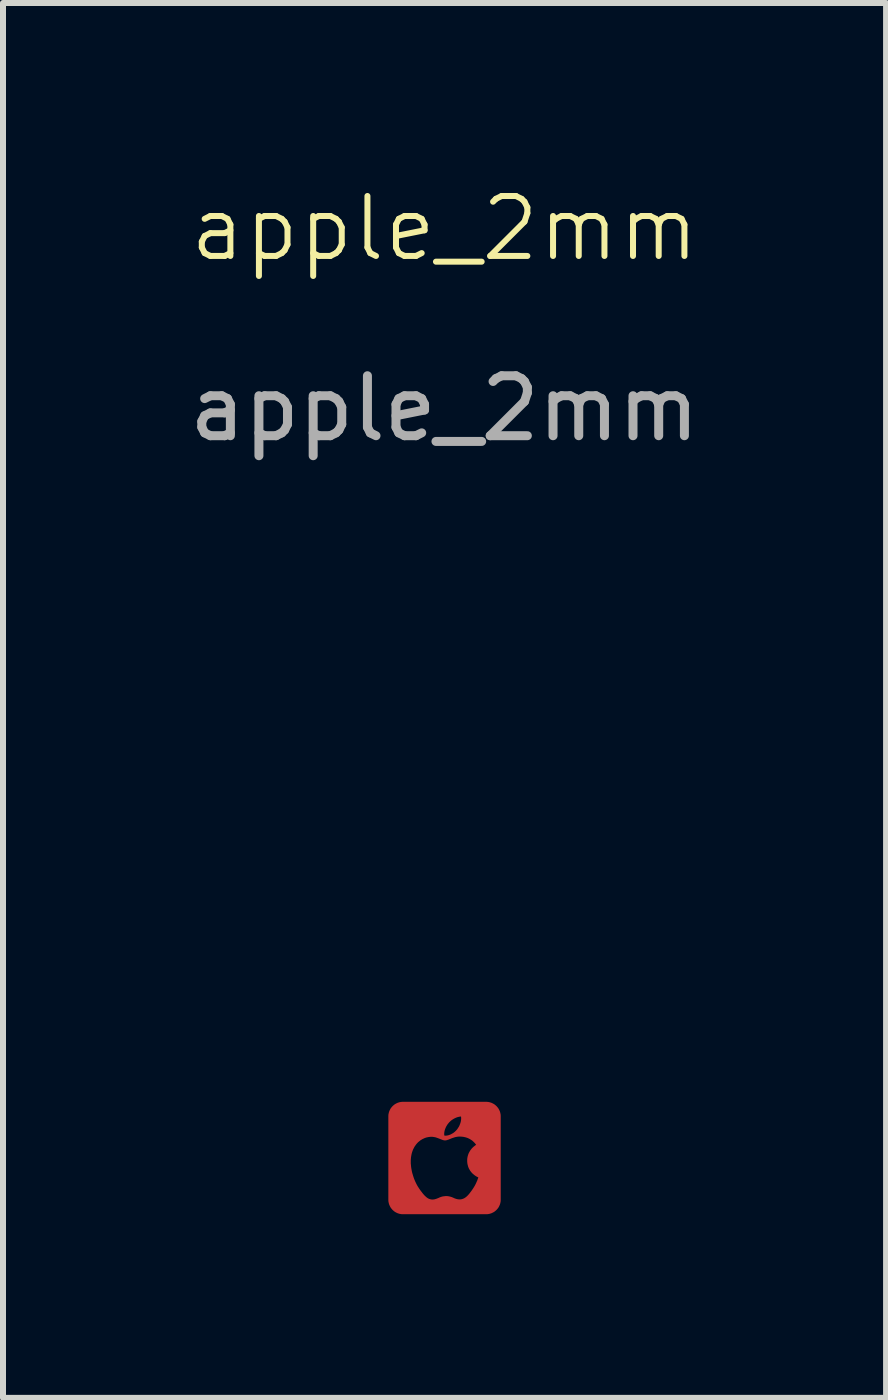
<source format=kicad_pcb>
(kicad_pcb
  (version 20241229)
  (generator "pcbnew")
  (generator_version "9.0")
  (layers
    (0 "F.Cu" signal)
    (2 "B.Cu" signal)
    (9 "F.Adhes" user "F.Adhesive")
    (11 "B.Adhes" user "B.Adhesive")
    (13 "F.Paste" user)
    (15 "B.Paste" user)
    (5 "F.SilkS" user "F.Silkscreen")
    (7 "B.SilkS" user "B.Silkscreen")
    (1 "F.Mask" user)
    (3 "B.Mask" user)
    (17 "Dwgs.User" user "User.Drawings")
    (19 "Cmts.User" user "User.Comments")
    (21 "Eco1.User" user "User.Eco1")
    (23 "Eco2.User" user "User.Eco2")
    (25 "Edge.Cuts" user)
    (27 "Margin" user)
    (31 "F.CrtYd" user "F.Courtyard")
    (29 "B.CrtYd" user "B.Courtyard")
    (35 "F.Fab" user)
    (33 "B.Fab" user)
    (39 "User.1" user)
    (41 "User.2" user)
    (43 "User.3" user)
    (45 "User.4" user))
  (footprint "apple_2mm"
    (layer "F.Cu")
    (at 4.363 16.261)
    (property "Reference" "apple_2mm" (at 0 -15.5 0) (unlocked yes) (layer "F.SilkS") (effects (font (size 1 1) (thickness 0.1))))
    (attr smd)
    (fp_poly (pts (xy 0.705 -0.937) (xy 0.717 -0.936) (xy 0.73 -0.935) (xy 0.742 -0.932) (xy 0.754 -0.93) (xy 0.765 -0.926) (xy 0.777 -0.923) (xy 0.788 -0.918) (xy 0.799 -0.913) (xy 0.809 -0.908) (xy 0.82 -0.902) (xy 0.83 -0.896) (xy 0.839 -0.889) (xy 0.848 -0.882) (xy 0.857 -0.874) (xy 0.866 -0.866) (xy 0.874 -0.857) (xy 0.882 -0.848) (xy 0.889 -0.839) (xy 0.896 -0.83) (xy 0.902 -0.82) (xy 0.908 -0.809) (xy 0.913 -0.799) (xy 0.918 -0.788) (xy 0.923 -0.777) (xy 0.926 -0.765) (xy 0.93 -0.754) (xy 0.932 -0.742) (xy 0.935 -0.73) (xy 0.936 -0.717) (xy 0.937 -0.705) (xy 0.937 -0.692) (xy 0.937 0.692) (xy 0.937 0.705) (xy 0.936 0.717) (xy 0.935 0.73) (xy 0.932 0.742) (xy 0.93 0.754) (xy 0.926 0.765) (xy 0.923 0.777) (xy 0.918 0.788) (xy 0.913 0.799) (xy 0.908 0.809) (xy 0.902 0.82) (xy 0.896 0.83) (xy 0.889 0.839) (xy 0.882 0.848) (xy 0.874 0.857) (xy 0.866 0.866) (xy 0.857 0.874) (xy 0.848 0.882) (xy 0.839 0.889) (xy 0.83 0.896) (xy 0.82 0.902) (xy 0.809 0.908) (xy 0.799 0.913) (xy 0.788 0.918) (xy 0.777 0.923) (xy 0.765 0.926) (xy 0.754 0.93) (xy 0.742 0.932) (xy 0.73 0.935) (xy 0.717 0.936) (xy 0.705 0.937) (xy 0.692 0.937) (xy -0.692 0.937) (xy -0.705 0.937) (xy -0.717 0.936) (xy -0.73 0.935) (xy -0.742 0.932) (xy -0.754 0.93) (xy -0.765 0.926) (xy -0.777 0.923) (xy -0.788 0.918) (xy -0.799 0.913) (xy -0.809 0.908) (xy -0.82 0.902) (xy -0.83 0.896) (xy -0.839 0.889) (xy -0.848 0.882) (xy -0.857 0.874) (xy -0.866 0.866) (xy -0.874 0.857) (xy -0.882 0.848) (xy -0.889 0.839) (xy -0.896 0.83) (xy -0.902 0.82) (xy -0.908 0.809) (xy -0.913 0.799) (xy -0.918 0.788) (xy -0.923 0.777) (xy -0.926 0.765) (xy -0.93 0.754) (xy -0.932 0.742) (xy -0.935 0.73) (xy -0.936 0.717) (xy -0.937 0.705) (xy -0.937 0.692) (xy -0.937 0.058) (xy -0.563 0.058) (xy -0.563 0.089) (xy -0.56 0.121) (xy -0.557 0.153) (xy -0.552 0.184) (xy -0.546 0.216) (xy -0.539 0.247) (xy -0.53 0.277) (xy -0.521 0.307) (xy -0.511 0.337) (xy -0.5 0.365) (xy -0.488 0.393) (xy -0.475 0.42) (xy -0.462 0.446) (xy -0.448 0.471) (xy -0.433 0.494) (xy -0.419 0.516) (xy -0.393 0.552) (xy -0.38 0.568) (xy -0.368 0.585) (xy -0.355 0.6) (xy -0.343 0.614) (xy -0.33 0.628) (xy -0.317 0.64) (xy -0.304 0.652) (xy -0.298 0.657) (xy -0.291 0.662) (xy -0.285 0.666) (xy -0.278 0.671) (xy -0.271 0.675) (xy -0.264 0.678) (xy -0.257 0.681) (xy -0.249 0.684) (xy -0.242 0.686) (xy -0.235 0.688) (xy -0.227 0.69) (xy -0.219 0.691) (xy -0.212 0.692) (xy -0.204 0.692) (xy -0.196 0.692) (xy -0.188 0.691) (xy -0.181 0.691) (xy -0.173 0.69) (xy -0.16 0.687) (xy -0.146 0.683) (xy -0.134 0.679) (xy -0.121 0.674) (xy -0.096 0.664) (xy -0.084 0.658) (xy -0.071 0.653) (xy -0.057 0.648) (xy -0.043 0.644) (xy -0.027 0.64) (xy -0.011 0.638) (xy -0.002 0.637) (xy 0.007 0.636) (xy 0.016 0.635) (xy 0.026 0.635) (xy 0.036 0.635) (xy 0.045 0.636) (xy 0.054 0.636) (xy 0.063 0.637) (xy 0.071 0.639) (xy 0.079 0.64) (xy 0.087 0.642) (xy 0.094 0.644) (xy 0.108 0.648) (xy 0.121 0.652) (xy 0.133 0.657) (xy 0.145 0.662) (xy 0.169 0.673) (xy 0.181 0.677) (xy 0.193 0.681) (xy 0.207 0.685) (xy 0.214 0.686) (xy 0.221 0.688) (xy 0.228 0.689) (xy 0.236 0.689) (xy 0.245 0.69) (xy 0.253 0.69) (xy 0.262 0.69) (xy 0.27 0.689) (xy 0.279 0.688) (xy 0.287 0.686) (xy 0.295 0.684) (xy 0.303 0.681) (xy 0.311 0.679) (xy 0.318 0.675) (xy 0.326 0.672) (xy 0.333 0.668) (xy 0.34 0.663) (xy 0.347 0.659) (xy 0.361 0.648) (xy 0.374 0.637) (xy 0.387 0.624) (xy 0.399 0.611) (xy 0.411 0.597) (xy 0.423 0.582) (xy 0.434 0.567) (xy 0.446 0.552) (xy 0.468 0.52) (xy 0.48 0.502) (xy 0.491 0.484) (xy 0.502 0.466) (xy 0.511 0.449) (xy 0.52 0.432) (xy 0.527 0.416) (xy 0.534 0.401) (xy 0.54 0.387) (xy 0.546 0.374) (xy 0.55 0.362) (xy 0.557 0.342) (xy 0.562 0.329) (xy 0.563 0.323) (xy 0.554 0.319) (xy 0.532 0.308) (xy 0.518 0.299) (xy 0.502 0.288) (xy 0.486 0.275) (xy 0.468 0.26) (xy 0.451 0.242) (xy 0.443 0.232) (xy 0.435 0.222) (xy 0.427 0.211) (xy 0.42 0.199) (xy 0.413 0.187) (xy 0.406 0.174) (xy 0.4 0.16) (xy 0.394 0.145) (xy 0.39 0.13) (xy 0.386 0.114) (xy 0.382 0.098) (xy 0.38 0.08) (xy 0.378 0.062) (xy 0.378 0.043) (xy 0.378 0.027) (xy 0.379 0.011) (xy 0.381 -0.004) (xy 0.384 -0.019) (xy 0.387 -0.033) (xy 0.391 -0.046) (xy 0.395 -0.059) (xy 0.4 -0.072) (xy 0.405 -0.084) (xy 0.411 -0.095) (xy 0.417 -0.106) (xy 0.423 -0.116) (xy 0.429 -0.126) (xy 0.436 -0.136) (xy 0.443 -0.144) (xy 0.449 -0.153) (xy 0.456 -0.16) (xy 0.463 -0.168) (xy 0.476 -0.181) (xy 0.489 -0.192) (xy 0.5 -0.201) (xy 0.51 -0.209) (xy 0.518 -0.214) (xy 0.527 -0.22) (xy 0.518 -0.232) (xy 0.509 -0.244) (xy 0.5 -0.254) (xy 0.49 -0.264) (xy 0.48 -0.274) (xy 0.471 -0.282) (xy 0.461 -0.291) (xy 0.45 -0.298) (xy 0.44 -0.305) (xy 0.43 -0.311) (xy 0.42 -0.317) (xy 0.41 -0.322) (xy 0.4 -0.327) (xy 0.39 -0.332) (xy 0.37 -0.339) (xy 0.351 -0.345) (xy 0.332 -0.349) (xy 0.315 -0.353) (xy 0.299 -0.355) (xy 0.285 -0.356) (xy 0.272 -0.357) (xy 0.253 -0.358) (xy 0.243 -0.357) (xy 0.233 -0.357) (xy 0.224 -0.356) (xy 0.215 -0.355) (xy 0.196 -0.352) (xy 0.178 -0.348) (xy 0.161 -0.343) (xy 0.144 -0.337) (xy 0.128 -0.332) (xy 0.112 -0.326) (xy 0.083 -0.314) (xy 0.069 -0.308) (xy 0.055 -0.304) (xy 0.043 -0.299) (xy 0.031 -0.296) (xy 0.019 -0.294) (xy 0.014 -0.294) (xy 0.009 -0.294) (xy -0.002 -0.294) (xy -0.014 -0.296) (xy -0.025 -0.299) (xy -0.038 -0.303) (xy -0.05 -0.308) (xy -0.063 -0.313) (xy -0.091 -0.324) (xy -0.12 -0.335) (xy -0.135 -0.34) (xy -0.15 -0.345) (xy -0.166 -0.348) (xy -0.182 -0.351) (xy -0.199 -0.353) (xy -0.207 -0.354) (xy -0.216 -0.354) (xy -0.232 -0.354) (xy -0.248 -0.352) (xy -0.264 -0.35) (xy -0.28 -0.347) (xy -0.296 -0.344) (xy -0.312 -0.339) (xy -0.328 -0.334) (xy -0.343 -0.327) (xy -0.358 -0.32) (xy -0.373 -0.313) (xy -0.387 -0.304) (xy -0.402 -0.295) (xy -0.415 -0.284) (xy -0.429 -0.273) (xy -0.442 -0.262) (xy -0.454 -0.249) (xy -0.466 -0.236) (xy -0.478 -0.221) (xy -0.488 -0.206) (xy -0.499 -0.191) (xy -0.508 -0.174) (xy -0.517 -0.157) (xy -0.526 -0.139) (xy -0.533 -0.12) (xy -0.54 -0.1) (xy -0.546 -0.08) (xy -0.551 -0.059) (xy -0.555 -0.037) (xy -0.559 -0.014) (xy -0.561 0.009) (xy -0.563 0.033) (xy -0.563 0.058) (xy -0.937 0.058) (xy -0.937 -0.399) (xy -0.006 -0.399) (xy -0.006 -0.397) (xy -0.006 -0.395) (xy -0.005 -0.393) (xy -0.005 -0.391) (xy -0.005 -0.39) (xy -0.005 -0.388) (xy -0.004 -0.384) (xy -0.004 -0.381) (xy -0.003 -0.378) (xy -0.003 -0.376) (xy -0.003 -0.374) (xy -0.001 -0.374) (xy 0.001 -0.374) (xy 0.003 -0.373) (xy 0.006 -0.373) (xy 0.008 -0.373) (xy 0.011 -0.373) (xy 0.013 -0.373) (xy 0.016 -0.373) (xy 0.028 -0.373) (xy 0.04 -0.375) (xy 0.053 -0.377) (xy 0.065 -0.38) (xy 0.078 -0.384) (xy 0.091 -0.389) (xy 0.104 -0.394) (xy 0.116 -0.401) (xy 0.129 -0.408) (xy 0.141 -0.415) (xy 0.153 -0.423) (xy 0.164 -0.432) (xy 0.175 -0.441) (xy 0.185 -0.451) (xy 0.195 -0.461) (xy 0.204 -0.471) (xy 0.212 -0.481) (xy 0.219 -0.491) (xy 0.226 -0.502) (xy 0.233 -0.513) (xy 0.24 -0.524) (xy 0.246 -0.536) (xy 0.251 -0.548) (xy 0.256 -0.56) (xy 0.261 -0.573) (xy 0.265 -0.585) (xy 0.269 -0.598) (xy 0.272 -0.611) (xy 0.274 -0.624) (xy 0.276 -0.638) (xy 0.277 -0.651) (xy 0.277 -0.664) (xy 0.277 -0.668) (xy 0.277 -0.671) (xy 0.277 -0.675) (xy 0.276 -0.679) (xy 0.276 -0.682) (xy 0.276 -0.686) (xy 0.275 -0.689) (xy 0.274 -0.692) (xy 0.274 -0.692) (xy 0.261 -0.691) (xy 0.248 -0.689) (xy 0.234 -0.686) (xy 0.22 -0.683) (xy 0.206 -0.678) (xy 0.193 -0.673) (xy 0.179 -0.667) (xy 0.165 -0.66) (xy 0.152 -0.653) (xy 0.139 -0.645) (xy 0.126 -0.637) (xy 0.114 -0.628) (xy 0.102 -0.618) (xy 0.091 -0.608) (xy 0.081 -0.598) (xy 0.071 -0.587) (xy 0.064 -0.578) (xy 0.056 -0.569) (xy 0.049 -0.559) (xy 0.042 -0.549) (xy 0.036 -0.538) (xy 0.029 -0.527) (xy 0.023 -0.515) (xy 0.018 -0.503) (xy 0.013 -0.491) (xy 0.008 -0.479) (xy 0.004 -0.466) (xy 0.001 -0.453) (xy -0.002 -0.44) (xy -0.004 -0.426) (xy -0.005 -0.413) (xy -0.006 -0.399) (xy -0.937 -0.399) (xy -0.937 -0.692) (xy -0.937 -0.705) (xy -0.936 -0.717) (xy -0.935 -0.73) (xy -0.932 -0.742) (xy -0.93 -0.754) (xy -0.926 -0.765) (xy -0.923 -0.777) (xy -0.918 -0.788) (xy -0.913 -0.799) (xy -0.908 -0.809) (xy -0.902 -0.82) (xy -0.896 -0.83) (xy -0.889 -0.839) (xy -0.882 -0.848) (xy -0.874 -0.857) (xy -0.866 -0.866) (xy -0.857 -0.874) (xy -0.848 -0.882) (xy -0.839 -0.889) (xy -0.83 -0.896) (xy -0.82 -0.902) (xy -0.809 -0.908) (xy -0.799 -0.913) (xy -0.788 -0.918) (xy -0.777 -0.923) (xy -0.765 -0.926) (xy -0.754 -0.93) (xy -0.742 -0.932) (xy -0.73 -0.935) (xy -0.717 -0.936) (xy -0.705 -0.937) (xy -0.692 -0.937) (xy 0.692 -0.937)) (stroke (width -0.000001) (type solid)) (fill yes) (layer "F.Cu"))
    (fp_poly (pts (xy 0.277 -0.693) (xy 0.278 -0.691) (xy 0.278 -0.688) (xy 0.279 -0.686) (xy 0.279 -0.684) (xy 0.279 -0.681) (xy 0.279 -0.679) (xy 0.28 -0.677) (xy 0.28 -0.668) (xy 0.28 -0.66) (xy 0.28 -0.651) (xy 0.279 -0.643) (xy 0.278 -0.635) (xy 0.277 -0.626) (xy 0.276 -0.618) (xy 0.274 -0.61) (xy 0.273 -0.602) (xy 0.271 -0.594) (xy 0.269 -0.586) (xy 0.266 -0.579) (xy 0.264 -0.571) (xy 0.261 -0.564) (xy 0.258 -0.556) (xy 0.255 -0.549) (xy 0.252 -0.542) (xy 0.248 -0.535) (xy 0.245 -0.527) (xy 0.241 -0.52) (xy 0.237 -0.514) (xy 0.233 -0.507) (xy 0.229 -0.5) (xy 0.224 -0.493) (xy 0.221 -0.488) (xy 0.217 -0.483) (xy 0.213 -0.478) (xy 0.209 -0.473) (xy 0.205 -0.468) (xy 0.2 -0.463) (xy 0.196 -0.458) (xy 0.191 -0.453) (xy 0.187 -0.449) (xy 0.183 -0.445) (xy 0.179 -0.441) (xy 0.175 -0.437) (xy 0.17 -0.433) (xy 0.166 -0.43) (xy 0.162 -0.426) (xy 0.157 -0.423) (xy 0.152 -0.419) (xy 0.148 -0.416) (xy 0.143 -0.413) (xy 0.138 -0.41) (xy 0.133 -0.407) (xy 0.128 -0.404) (xy 0.123 -0.401) (xy 0.118 -0.398) (xy 0.11 -0.394) (xy 0.101 -0.39) (xy 0.093 -0.386) (xy 0.084 -0.383) (xy 0.075 -0.38) (xy 0.066 -0.377) (xy 0.062 -0.376) (xy 0.057 -0.375) (xy 0.053 -0.374) (xy 0.048 -0.373) (xy 0.041 -0.372) (xy 0.035 -0.371) (xy 0.028 -0.37) (xy 0.025 -0.37) (xy 0.021 -0.37) (xy 0.018 -0.369) (xy 0.015 -0.369) (xy 0.011 -0.37) (xy 0.008 -0.37) (xy 0.005 -0.37) (xy 0.001 -0.371) (xy -0.002 -0.371) (xy -0.005 -0.372) (xy -0.006 -0.376) (xy -0.007 -0.38) (xy -0.008 -0.384) (xy -0.008 -0.388) (xy -0.008 -0.392) (xy -0.009 -0.396) (xy -0.009 -0.4) (xy -0.009 -0.404) (xy -0.008 -0.41) (xy -0.008 -0.416) (xy -0.007 -0.422) (xy -0.007 -0.428) (xy -0.006 -0.435) (xy -0.005 -0.441) (xy -0.004 -0.447) (xy -0.002 -0.453) (xy -0.001 -0.459) (xy 0.001 -0.465) (xy 0.002 -0.47) (xy 0.004 -0.476) (xy 0.006 -0.482) (xy 0.008 -0.488) (xy 0.013 -0.499) (xy 0.016 -0.507) (xy 0.02 -0.515) (xy 0.023 -0.522) (xy 0.027 -0.53) (xy 0.031 -0.537) (xy 0.036 -0.544) (xy 0.04 -0.551) (xy 0.045 -0.558) (xy 0.049 -0.565) (xy 0.054 -0.572) (xy 0.059 -0.578) (xy 0.065 -0.585) (xy 0.07 -0.591) (xy 0.076 -0.597) (xy 0.082 -0.603) (xy 0.088 -0.609) (xy 0.093 -0.614) (xy 0.098 -0.619) (xy 0.104 -0.623) (xy 0.109 -0.628) (xy 0.115 -0.632) (xy 0.121 -0.637) (xy 0.127 -0.641) (xy 0.133 -0.645) (xy 0.139 -0.649) (xy 0.145 -0.652) (xy 0.151 -0.656) (xy 0.157 -0.66) (xy 0.164 -0.663) (xy 0.17 -0.666) (xy 0.177 -0.669) (xy 0.183 -0.672) (xy 0.194 -0.677) (xy 0.206 -0.681) (xy 0.211 -0.683) (xy 0.217 -0.685) (xy 0.223 -0.687) (xy 0.229 -0.688) (xy 0.235 -0.69) (xy 0.24 -0.691) (xy 0.246 -0.692) (xy 0.252 -0.693) (xy 0.258 -0.694) (xy 0.264 -0.694) (xy 0.27 -0.695) (xy 0.276 -0.695) (xy 0.277 -0.695)) (stroke (width -0.000001) (type solid)) (fill yes) (layer "F.Mask"))
    (fp_poly (pts (xy 0.708 -1) (xy 0.723 -0.998) (xy 0.739 -0.996) (xy 0.754 -0.994) (xy 0.769 -0.99) (xy 0.783 -0.986) (xy 0.798 -0.981) (xy 0.812 -0.976) (xy 0.825 -0.97) (xy 0.839 -0.963) (xy 0.852 -0.955) (xy 0.864 -0.947) (xy 0.876 -0.939) (xy 0.888 -0.93) (xy 0.899 -0.92) (xy 0.91 -0.91) (xy 0.92 -0.899) (xy 0.93 -0.888) (xy 0.939 -0.876) (xy 0.947 -0.864) (xy 0.955 -0.852) (xy 0.963 -0.839) (xy 0.97 -0.825) (xy 0.976 -0.812) (xy 0.981 -0.798) (xy 0.986 -0.783) (xy 0.99 -0.769) (xy 0.994 -0.754) (xy 0.996 -0.739) (xy 0.998 -0.723) (xy 1 -0.708) (xy 1 -0.692) (xy 1 0.692) (xy 1 0.708) (xy 0.998 0.723) (xy 0.996 0.739) (xy 0.994 0.754) (xy 0.99 0.769) (xy 0.986 0.783) (xy 0.981 0.798) (xy 0.976 0.812) (xy 0.97 0.825) (xy 0.963 0.839) (xy 0.955 0.852) (xy 0.947 0.864) (xy 0.939 0.876) (xy 0.93 0.888) (xy 0.92 0.899) (xy 0.91 0.91) (xy 0.899 0.92) (xy 0.888 0.93) (xy 0.876 0.939) (xy 0.864 0.947) (xy 0.852 0.955) (xy 0.839 0.963) (xy 0.825 0.97) (xy 0.812 0.976) (xy 0.798 0.981) (xy 0.783 0.986) (xy 0.769 0.99) (xy 0.754 0.994) (xy 0.739 0.996) (xy 0.723 0.998) (xy 0.708 1) (xy 0.692 1) (xy -0.692 1) (xy -0.708 1) (xy -0.723 0.998) (xy -0.739 0.996) (xy -0.754 0.994) (xy -0.769 0.99) (xy -0.783 0.986) (xy -0.798 0.981) (xy -0.812 0.976) (xy -0.825 0.97) (xy -0.839 0.963) (xy -0.852 0.955) (xy -0.864 0.947) (xy -0.876 0.939) (xy -0.888 0.93) (xy -0.899 0.92) (xy -0.91 0.91) (xy -0.92 0.899) (xy -0.93 0.888) (xy -0.939 0.876) (xy -0.947 0.864) (xy -0.955 0.852) (xy -0.963 0.839) (xy -0.97 0.825) (xy -0.976 0.812) (xy -0.981 0.798) (xy -0.986 0.783) (xy -0.99 0.769) (xy -0.994 0.754) (xy -0.996 0.739) (xy -0.998 0.723) (xy -1 0.708) (xy -1 0.692) (xy -1 -0.692) (xy -0.937 -0.692) (xy -0.937 0.692) (xy -0.937 0.705) (xy -0.936 0.717) (xy -0.934 0.729) (xy -0.932 0.742) (xy -0.93 0.754) (xy -0.926 0.765) (xy -0.922 0.777) (xy -0.918 0.788) (xy -0.913 0.799) (xy -0.908 0.809) (xy -0.902 0.82) (xy -0.896 0.829) (xy -0.889 0.839) (xy -0.882 0.848) (xy -0.874 0.857) (xy -0.866 0.866) (xy -0.857 0.874) (xy -0.848 0.882) (xy -0.839 0.889) (xy -0.829 0.896) (xy -0.82 0.902) (xy -0.809 0.908) (xy -0.799 0.913) (xy -0.788 0.918) (xy -0.777 0.922) (xy -0.765 0.926) (xy -0.754 0.93) (xy -0.742 0.932) (xy -0.729 0.934) (xy -0.717 0.936) (xy -0.705 0.937) (xy -0.692 0.937) (xy 0.692 0.937) (xy 0.705 0.937) (xy 0.717 0.936) (xy 0.729 0.934) (xy 0.742 0.932) (xy 0.754 0.93) (xy 0.765 0.926) (xy 0.777 0.922) (xy 0.788 0.918) (xy 0.799 0.913) (xy 0.809 0.908) (xy 0.82 0.902) (xy 0.829 0.896) (xy 0.839 0.889) (xy 0.848 0.882) (xy 0.857 0.874) (xy 0.866 0.866) (xy 0.874 0.857) (xy 0.882 0.848) (xy 0.889 0.839) (xy 0.896 0.829) (xy 0.902 0.82) (xy 0.908 0.809) (xy 0.913 0.799) (xy 0.918 0.788) (xy 0.922 0.777) (xy 0.926 0.765) (xy 0.93 0.754) (xy 0.932 0.742) (xy 0.934 0.729) (xy 0.936 0.717) (xy 0.937 0.705) (xy 0.937 0.692) (xy 0.937 -0.692) (xy 0.937 -0.705) (xy 0.936 -0.717) (xy 0.934 -0.729) (xy 0.932 -0.742) (xy 0.93 -0.754) (xy 0.926 -0.765) (xy 0.922 -0.777) (xy 0.918 -0.788) (xy 0.913 -0.799) (xy 0.908 -0.809) (xy 0.902 -0.82) (xy 0.896 -0.829) (xy 0.889 -0.839) (xy 0.882 -0.848) (xy 0.874 -0.857) (xy 0.866 -0.866) (xy 0.857 -0.874) (xy 0.848 -0.882) (xy 0.839 -0.889) (xy 0.829 -0.896) (xy 0.82 -0.902) (xy 0.809 -0.908) (xy 0.799 -0.913) (xy 0.788 -0.918) (xy 0.777 -0.922) (xy 0.765 -0.926) (xy 0.754 -0.93) (xy 0.742 -0.932) (xy 0.729 -0.934) (xy 0.717 -0.936) (xy 0.705 -0.937) (xy 0.692 -0.937) (xy -0.692 -0.937) (xy -0.705 -0.937) (xy -0.717 -0.936) (xy -0.729 -0.934) (xy -0.742 -0.932) (xy -0.754 -0.93) (xy -0.765 -0.926) (xy -0.777 -0.922) (xy -0.788 -0.918) (xy -0.799 -0.913) (xy -0.809 -0.908) (xy -0.82 -0.902) (xy -0.829 -0.896) (xy -0.839 -0.889) (xy -0.848 -0.882) (xy -0.857 -0.874) (xy -0.866 -0.866) (xy -0.874 -0.857) (xy -0.882 -0.848) (xy -0.889 -0.839) (xy -0.896 -0.829) (xy -0.902 -0.82) (xy -0.908 -0.809) (xy -0.913 -0.799) (xy -0.918 -0.788) (xy -0.922 -0.777) (xy -0.926 -0.765) (xy -0.93 -0.754) (xy -0.932 -0.742) (xy -0.934 -0.729) (xy -0.936 -0.717) (xy -0.937 -0.705) (xy -0.937 -0.692) (xy -1 -0.692) (xy -1 -0.708) (xy -0.998 -0.723) (xy -0.996 -0.739) (xy -0.994 -0.754) (xy -0.99 -0.769) (xy -0.986 -0.783) (xy -0.981 -0.798) (xy -0.976 -0.812) (xy -0.97 -0.825) (xy -0.963 -0.839) (xy -0.955 -0.852) (xy -0.947 -0.864) (xy -0.939 -0.876) (xy -0.93 -0.888) (xy -0.92 -0.899) (xy -0.91 -0.91) (xy -0.899 -0.92) (xy -0.888 -0.93) (xy -0.876 -0.939) (xy -0.864 -0.947) (xy -0.852 -0.955) (xy -0.839 -0.963) (xy -0.825 -0.97) (xy -0.812 -0.976) (xy -0.798 -0.981) (xy -0.783 -0.986) (xy -0.769 -0.99) (xy -0.754 -0.994) (xy -0.739 -0.996) (xy -0.723 -0.998) (xy -0.708 -1) (xy -0.692 -1) (xy 0.692 -1)) (stroke (width -0.000001) (type solid)) (fill yes) (layer "F.Mask"))
    (fp_poly (pts (xy 0.256 -0.36) (xy 0.262 -0.36) (xy 0.268 -0.36) (xy 0.274 -0.36) (xy 0.28 -0.36) (xy 0.285 -0.359) (xy 0.291 -0.359) (xy 0.297 -0.358) (xy 0.306 -0.357) (xy 0.314 -0.356) (xy 0.323 -0.354) (xy 0.332 -0.353) (xy 0.34 -0.351) (xy 0.349 -0.348) (xy 0.357 -0.346) (xy 0.366 -0.344) (xy 0.374 -0.341) (xy 0.382 -0.338) (xy 0.39 -0.334) (xy 0.399 -0.331) (xy 0.407 -0.327) (xy 0.414 -0.323) (xy 0.422 -0.319) (xy 0.43 -0.315) (xy 0.437 -0.311) (xy 0.444 -0.306) (xy 0.451 -0.301) (xy 0.458 -0.296) (xy 0.465 -0.291) (xy 0.471 -0.286) (xy 0.478 -0.281) (xy 0.484 -0.275) (xy 0.49 -0.269) (xy 0.496 -0.263) (xy 0.502 -0.257) (xy 0.507 -0.251) (xy 0.513 -0.244) (xy 0.518 -0.238) (xy 0.523 -0.231) (xy 0.528 -0.224) (xy 0.529 -0.224) (xy 0.529 -0.223) (xy 0.529 -0.223) (xy 0.53 -0.222) (xy 0.53 -0.222) (xy 0.53 -0.222) (xy 0.53 -0.221) (xy 0.53 -0.221) (xy 0.53 -0.221) (xy 0.53 -0.221) (xy 0.53 -0.221) (xy 0.53 -0.22) (xy 0.53 -0.22) (xy 0.53 -0.22) (xy 0.53 -0.22) (xy 0.53 -0.22) (xy 0.53 -0.22) (xy 0.53 -0.219) (xy 0.53 -0.219) (xy 0.53 -0.219) (xy 0.53 -0.219) (xy 0.53 -0.219) (xy 0.53 -0.219) (xy 0.53 -0.219) (xy 0.53 -0.218) (xy 0.53 -0.218) (xy 0.529 -0.218) (xy 0.529 -0.218) (xy 0.529 -0.217) (xy 0.529 -0.217) (xy 0.528 -0.217) (xy 0.528 -0.217) (xy 0.528 -0.217) (xy 0.527 -0.216) (xy 0.527 -0.216) (xy 0.527 -0.216) (xy 0.518 -0.21) (xy 0.509 -0.204) (xy 0.5 -0.197) (xy 0.496 -0.194) (xy 0.492 -0.19) (xy 0.488 -0.187) (xy 0.484 -0.183) (xy 0.48 -0.18) (xy 0.476 -0.176) (xy 0.472 -0.172) (xy 0.468 -0.168) (xy 0.464 -0.165) (xy 0.461 -0.161) (xy 0.456 -0.156) (xy 0.452 -0.15) (xy 0.447 -0.145) (xy 0.443 -0.14) (xy 0.439 -0.134) (xy 0.435 -0.129) (xy 0.431 -0.123) (xy 0.427 -0.118) (xy 0.424 -0.112) (xy 0.42 -0.106) (xy 0.417 -0.1) (xy 0.414 -0.094) (xy 0.411 -0.088) (xy 0.408 -0.082) (xy 0.405 -0.076) (xy 0.402 -0.07) (xy 0.398 -0.059) (xy 0.394 -0.048) (xy 0.391 -0.037) (xy 0.388 -0.026) (xy 0.386 -0.014) (xy 0.384 -0.003) (xy 0.383 0.009) (xy 0.382 0.02) (xy 0.381 0.033) (xy 0.381 0.045) (xy 0.381 0.058) (xy 0.382 0.07) (xy 0.383 0.083) (xy 0.385 0.095) (xy 0.387 0.108) (xy 0.388 0.114) (xy 0.39 0.12) (xy 0.392 0.13) (xy 0.395 0.139) (xy 0.399 0.148) (xy 0.402 0.158) (xy 0.406 0.167) (xy 0.41 0.176) (xy 0.415 0.185) (xy 0.42 0.194) (xy 0.425 0.201) (xy 0.429 0.209) (xy 0.435 0.216) (xy 0.44 0.223) (xy 0.445 0.23) (xy 0.451 0.237) (xy 0.457 0.244) (xy 0.463 0.25) (xy 0.47 0.257) (xy 0.476 0.263) (xy 0.483 0.269) (xy 0.49 0.274) (xy 0.497 0.28) (xy 0.504 0.285) (xy 0.511 0.291) (xy 0.518 0.296) (xy 0.524 0.299) (xy 0.529 0.302) (xy 0.535 0.306) (xy 0.54 0.309) (xy 0.546 0.312) (xy 0.552 0.315) (xy 0.558 0.318) (xy 0.564 0.32) (xy 0.564 0.32) (xy 0.564 0.32) (xy 0.565 0.32) (xy 0.565 0.321) (xy 0.565 0.321) (xy 0.565 0.321) (xy 0.565 0.321) (xy 0.566 0.321) (xy 0.566 0.321) (xy 0.566 0.321) (xy 0.566 0.321) (xy 0.566 0.321) (xy 0.566 0.321) (xy 0.566 0.321) (xy 0.566 0.322) (xy 0.566 0.322) (xy 0.566 0.322) (xy 0.566 0.322) (xy 0.567 0.322) (xy 0.567 0.322) (xy 0.567 0.322) (xy 0.567 0.322) (xy 0.567 0.323) (xy 0.567 0.323) (xy 0.566 0.324) (xy 0.566 0.326) (xy 0.565 0.328) (xy 0.565 0.33) (xy 0.564 0.333) (xy 0.562 0.337) (xy 0.56 0.344) (xy 0.557 0.352) (xy 0.555 0.359) (xy 0.552 0.367) (xy 0.549 0.374) (xy 0.546 0.381) (xy 0.54 0.396) (xy 0.532 0.413) (xy 0.524 0.43) (xy 0.516 0.447) (xy 0.507 0.463) (xy 0.497 0.48) (xy 0.487 0.496) (xy 0.477 0.512) (xy 0.467 0.527) (xy 0.449 0.552) (xy 0.441 0.564) (xy 0.432 0.576) (xy 0.423 0.588) (xy 0.413 0.599) (xy 0.403 0.611) (xy 0.393 0.622) (xy 0.386 0.629) (xy 0.379 0.636) (xy 0.372 0.643) (xy 0.368 0.646) (xy 0.364 0.649) (xy 0.36 0.652) (xy 0.356 0.656) (xy 0.352 0.659) (xy 0.348 0.661) (xy 0.344 0.664) (xy 0.34 0.667) (xy 0.335 0.67) (xy 0.331 0.672) (xy 0.327 0.674) (xy 0.323 0.676) (xy 0.319 0.678) (xy 0.315 0.68) (xy 0.311 0.682) (xy 0.307 0.683) (xy 0.303 0.685) (xy 0.299 0.686) (xy 0.294 0.687) (xy 0.29 0.689) (xy 0.286 0.69) (xy 0.281 0.691) (xy 0.277 0.691) (xy 0.273 0.692) (xy 0.268 0.692) (xy 0.264 0.693) (xy 0.256 0.693) (xy 0.248 0.693) (xy 0.24 0.693) (xy 0.231 0.692) (xy 0.223 0.691) (xy 0.215 0.69) (xy 0.208 0.688) (xy 0.2 0.687) (xy 0.195 0.685) (xy 0.19 0.684) (xy 0.186 0.682) (xy 0.181 0.681) (xy 0.172 0.677) (xy 0.163 0.674) (xy 0.127 0.658) (xy 0.12 0.656) (xy 0.113 0.653) (xy 0.106 0.651) (xy 0.099 0.649) (xy 0.092 0.647) (xy 0.085 0.645) (xy 0.077 0.643) (xy 0.07 0.642) (xy 0.064 0.641) (xy 0.057 0.64) (xy 0.051 0.64) (xy 0.044 0.639) (xy 0.038 0.639) (xy 0.032 0.639) (xy 0.025 0.639) (xy 0.019 0.639) (xy 0.011 0.639) (xy 0.004 0.639) (xy -0.004 0.64) (xy -0.011 0.641) (xy -0.018 0.642) (xy -0.026 0.644) (xy -0.033 0.645) (xy -0.04 0.647) (xy -0.046 0.648) (xy -0.052 0.65) (xy -0.058 0.652) (xy -0.064 0.654) (xy -0.07 0.656) (xy -0.076 0.659) (xy -0.082 0.661) (xy -0.088 0.663) (xy -0.115 0.675) (xy -0.121 0.677) (xy -0.128 0.68) (xy -0.135 0.683) (xy -0.142 0.685) (xy -0.151 0.688) (xy -0.159 0.69) (xy -0.164 0.691) (xy -0.168 0.692) (xy -0.173 0.692) (xy -0.177 0.693) (xy -0.182 0.694) (xy -0.186 0.694) (xy -0.191 0.695) (xy -0.195 0.695) (xy -0.2 0.695) (xy -0.204 0.695) (xy -0.209 0.695) (xy -0.213 0.695) (xy -0.217 0.694) (xy -0.221 0.694) (xy -0.225 0.693) (xy -0.229 0.693) (xy -0.233 0.692) (xy -0.237 0.691) (xy -0.241 0.69) (xy -0.245 0.689) (xy -0.249 0.687) (xy -0.253 0.686) (xy -0.256 0.685) (xy -0.26 0.683) (xy -0.264 0.681) (xy -0.267 0.68) (xy -0.271 0.678) (xy -0.275 0.676) (xy -0.279 0.673) (xy -0.283 0.671) (xy -0.287 0.668) (xy -0.291 0.666) (xy -0.295 0.663) (xy -0.299 0.66) (xy -0.302 0.657) (xy -0.306 0.654) (xy -0.31 0.651) (xy -0.313 0.648) (xy -0.317 0.645) (xy -0.32 0.642) (xy -0.327 0.635) (xy -0.334 0.628) (xy -0.34 0.622) (xy -0.346 0.615) (xy -0.352 0.608) (xy -0.358 0.601) (xy -0.364 0.594) (xy -0.37 0.587) (xy -0.375 0.58) (xy -0.381 0.573) (xy -0.39 0.561) (xy -0.399 0.549) (xy -0.408 0.536) (xy -0.417 0.524) (xy -0.426 0.511) (xy -0.434 0.499) (xy -0.442 0.486) (xy -0.45 0.473) (xy -0.458 0.46) (xy -0.465 0.446) (xy -0.472 0.433) (xy -0.479 0.419) (xy -0.488 0.401) (xy -0.496 0.382) (xy -0.504 0.363) (xy -0.511 0.343) (xy -0.519 0.324) (xy -0.525 0.304) (xy -0.531 0.285) (xy -0.537 0.265) (xy -0.543 0.243) (xy -0.548 0.221) (xy -0.552 0.199) (xy -0.556 0.177) (xy -0.56 0.155) (xy -0.562 0.132) (xy -0.564 0.11) (xy -0.566 0.087) (xy -0.566 0.069) (xy -0.566 0.05) (xy -0.566 0.032) (xy -0.565 0.013) (xy -0.563 -0.005) (xy -0.561 -0.024) (xy -0.558 -0.042) (xy -0.554 -0.061) (xy -0.55 -0.077) (xy -0.546 -0.093) (xy -0.54 -0.109) (xy -0.535 -0.125) (xy -0.532 -0.132) (xy -0.528 -0.14) (xy -0.525 -0.148) (xy -0.522 -0.155) (xy -0.518 -0.163) (xy -0.514 -0.17) (xy -0.51 -0.178) (xy -0.506 -0.185) (xy -0.501 -0.192) (xy -0.497 -0.199) (xy -0.492 -0.206) (xy -0.487 -0.213) (xy -0.482 -0.22) (xy -0.477 -0.227) (xy -0.472 -0.233) (xy -0.467 -0.24) (xy -0.461 -0.246) (xy -0.455 -0.252) (xy -0.449 -0.258) (xy -0.443 -0.264) (xy -0.437 -0.27) (xy -0.431 -0.276) (xy -0.424 -0.281) (xy -0.418 -0.286) (xy -0.411 -0.291) (xy -0.405 -0.296) (xy -0.398 -0.301) (xy -0.391 -0.305) (xy -0.384 -0.309) (xy -0.377 -0.314) (xy -0.37 -0.317) (xy -0.363 -0.321) (xy -0.356 -0.325) (xy -0.348 -0.328) (xy -0.341 -0.331) (xy -0.334 -0.335) (xy -0.326 -0.337) (xy -0.318 -0.34) (xy -0.311 -0.343) (xy -0.303 -0.345) (xy -0.292 -0.348) (xy -0.282 -0.35) (xy -0.271 -0.352) (xy -0.26 -0.354) (xy -0.249 -0.355) (xy -0.238 -0.356) (xy -0.228 -0.357) (xy -0.217 -0.357) (xy -0.212 -0.357) (xy -0.207 -0.357) (xy -0.203 -0.356) (xy -0.198 -0.356) (xy -0.188 -0.355) (xy -0.179 -0.354) (xy -0.17 -0.352) (xy -0.161 -0.35) (xy -0.152 -0.348) (xy -0.143 -0.345) (xy -0.132 -0.342) (xy -0.122 -0.339) (xy -0.112 -0.335) (xy -0.102 -0.332) (xy -0.083 -0.324) (xy -0.063 -0.316) (xy -0.053 -0.312) (xy -0.048 -0.31) (xy -0.042 -0.308) (xy -0.037 -0.306) (xy -0.032 -0.305) (xy -0.027 -0.303) (xy -0.022 -0.301) (xy -0.017 -0.3) (xy -0.012 -0.299) (xy -0.008 -0.298) (xy -0.003 -0.298) (xy -0.001 -0.297) (xy 0.001 -0.297) (xy 0.004 -0.297) (xy 0.006 -0.297) (xy 0.008 -0.297) (xy 0.011 -0.297) (xy 0.013 -0.297) (xy 0.015 -0.297) (xy 0.018 -0.297) (xy 0.021 -0.298) (xy 0.024 -0.298) (xy 0.027 -0.299) (xy 0.032 -0.3) (xy 0.038 -0.301) (xy 0.043 -0.303) (xy 0.049 -0.305) (xy 0.054 -0.306) (xy 0.059 -0.308) (xy 0.072 -0.313) (xy 0.084 -0.318) (xy 0.108 -0.327) (xy 0.12 -0.332) (xy 0.132 -0.336) (xy 0.145 -0.341) (xy 0.157 -0.345) (xy 0.168 -0.348) (xy 0.18 -0.351) (xy 0.191 -0.354) (xy 0.203 -0.356) (xy 0.215 -0.358) (xy 0.227 -0.359) (xy 0.233 -0.36) (xy 0.239 -0.36) (xy 0.244 -0.36) (xy 0.25 -0.36)) (stroke (width -0.000001) (type solid)) (fill yes) (layer "F.Mask"))
    (fp_text user "${REFERENCE}" (at 0 -12.5 0) (unlocked yes) (layer "F.Fab") (effects (font (size 1 1) (thickness 0.15)))))
  (gr_rect
    (start -3 -3)
    (end 11.726 20.261)
    (stroke (width 0.1) (type default))
    (fill no)
    (layer "Edge.Cuts")))
</source>
